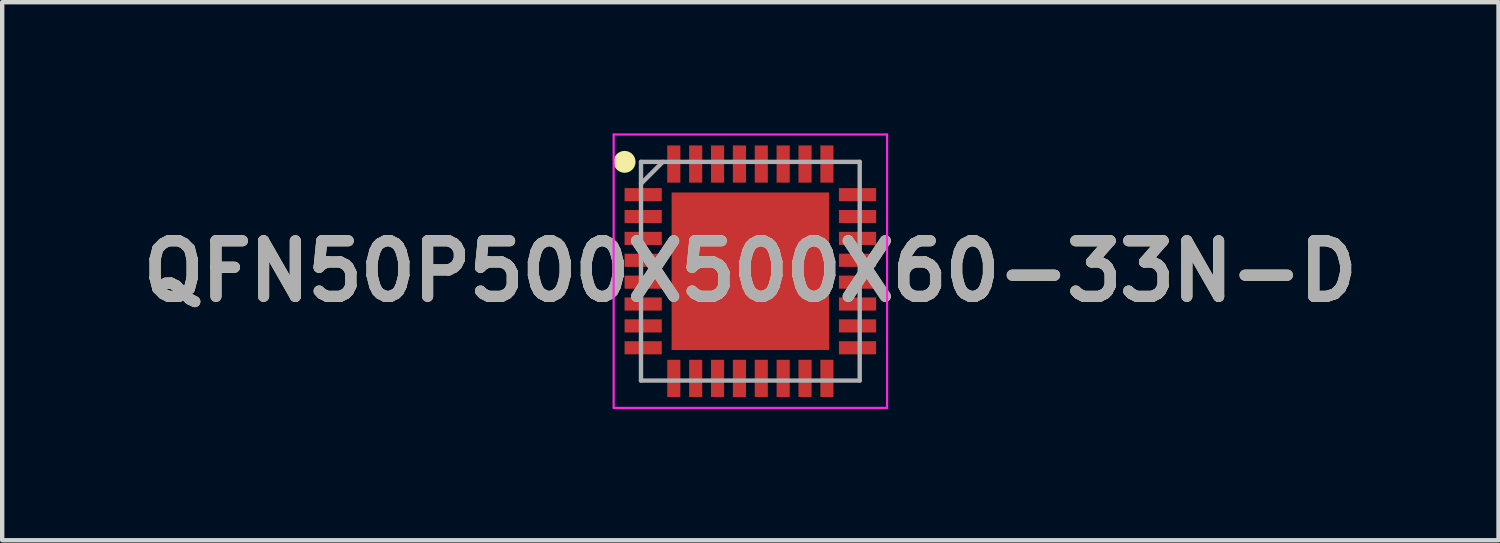
<source format=kicad_pcb>
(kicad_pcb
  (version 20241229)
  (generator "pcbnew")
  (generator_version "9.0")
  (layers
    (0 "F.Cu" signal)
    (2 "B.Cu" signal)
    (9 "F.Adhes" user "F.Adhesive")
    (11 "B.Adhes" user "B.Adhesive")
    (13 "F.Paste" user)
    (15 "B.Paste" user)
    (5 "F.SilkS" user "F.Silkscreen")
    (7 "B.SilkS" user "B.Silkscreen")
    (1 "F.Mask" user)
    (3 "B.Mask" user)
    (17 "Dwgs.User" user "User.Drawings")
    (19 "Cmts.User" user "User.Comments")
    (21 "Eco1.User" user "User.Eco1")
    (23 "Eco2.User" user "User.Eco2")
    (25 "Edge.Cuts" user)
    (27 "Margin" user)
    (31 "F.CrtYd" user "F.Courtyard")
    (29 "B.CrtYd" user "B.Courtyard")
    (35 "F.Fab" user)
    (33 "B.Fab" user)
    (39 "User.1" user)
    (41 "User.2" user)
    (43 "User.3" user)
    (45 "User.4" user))
  (footprint "QFN50P500X500X60-33N-D"
    (layer "F.Cu")
    (at 14.103 3.15)
    (property "Reference" "QFN50P500X500X60-33N-D" (at 0 0 0) (layer "F.SilkS") (effects (font (size 1.27 1.27) (thickness 0.254))))
    (attr smd)
    (fp_circle (center -2.875 -2.5) (end -2.875 -2.375) (stroke (width 0.25) (type solid)) (fill no) (layer "F.SilkS"))
    (fp_line (start -3.125 -3.125) (end 3.125 -3.125) (stroke (width 0.05) (type solid)) (layer "F.CrtYd"))
    (fp_line (start -3.125 3.125) (end -3.125 -3.125) (stroke (width 0.05) (type solid)) (layer "F.CrtYd"))
    (fp_line (start 3.125 -3.125) (end 3.125 3.125) (stroke (width 0.05) (type solid)) (layer "F.CrtYd"))
    (fp_line (start 3.125 3.125) (end -3.125 3.125) (stroke (width 0.05) (type solid)) (layer "F.CrtYd"))
    (fp_line (start -2.5 -2.5) (end 2.5 -2.5) (stroke (width 0.1) (type solid)) (layer "F.Fab"))
    (fp_line (start -2.5 -2) (end -2 -2.5) (stroke (width 0.1) (type solid)) (layer "F.Fab"))
    (fp_line (start -2.5 2.5) (end -2.5 -2.5) (stroke (width 0.1) (type solid)) (layer "F.Fab"))
    (fp_line (start 2.5 -2.5) (end 2.5 2.5) (stroke (width 0.1) (type solid)) (layer "F.Fab"))
    (fp_line (start 2.5 2.5) (end -2.5 2.5) (stroke (width 0.1) (type solid)) (layer "F.Fab"))
    (fp_text user "${REFERENCE}" (at 0 0 0) (layer "F.Fab") (effects (font (size 1.27 1.27) (thickness 0.254))))
    (pad "1" smd rect (at -2.45 -1.75 90) (size 0.3 0.85) (layers "F.Cu" "F.Mask" "F.Paste"))
    (pad "2" smd rect (at -2.45 -1.25 90) (size 0.3 0.85) (layers "F.Cu" "F.Mask" "F.Paste"))
    (pad "3" smd rect (at -2.45 -0.75 90) (size 0.3 0.85) (layers "F.Cu" "F.Mask" "F.Paste"))
    (pad "4" smd rect (at -2.45 -0.25 90) (size 0.3 0.85) (layers "F.Cu" "F.Mask" "F.Paste"))
    (pad "5" smd rect (at -2.45 0.25 90) (size 0.3 0.85) (layers "F.Cu" "F.Mask" "F.Paste"))
    (pad "6" smd rect (at -2.45 0.75 90) (size 0.3 0.85) (layers "F.Cu" "F.Mask" "F.Paste"))
    (pad "7" smd rect (at -2.45 1.25 90) (size 0.3 0.85) (layers "F.Cu" "F.Mask" "F.Paste"))
    (pad "8" smd rect (at -2.45 1.75 90) (size 0.3 0.85) (layers "F.Cu" "F.Mask" "F.Paste"))
    (pad "9" smd rect (at -1.75 2.45) (size 0.3 0.85) (layers "F.Cu" "F.Mask" "F.Paste"))
    (pad "10" smd rect (at -1.25 2.45) (size 0.3 0.85) (layers "F.Cu" "F.Mask" "F.Paste"))
    (pad "11" smd rect (at -0.75 2.45) (size 0.3 0.85) (layers "F.Cu" "F.Mask" "F.Paste"))
    (pad "12" smd rect (at -0.25 2.45) (size 0.3 0.85) (layers "F.Cu" "F.Mask" "F.Paste"))
    (pad "13" smd rect (at 0.25 2.45) (size 0.3 0.85) (layers "F.Cu" "F.Mask" "F.Paste"))
    (pad "14" smd rect (at 0.75 2.45) (size 0.3 0.85) (layers "F.Cu" "F.Mask" "F.Paste"))
    (pad "15" smd rect (at 1.25 2.45) (size 0.3 0.85) (layers "F.Cu" "F.Mask" "F.Paste"))
    (pad "16" smd rect (at 1.75 2.45) (size 0.3 0.85) (layers "F.Cu" "F.Mask" "F.Paste"))
    (pad "17" smd rect (at 2.45 1.75 90) (size 0.3 0.85) (layers "F.Cu" "F.Mask" "F.Paste"))
    (pad "18" smd rect (at 2.45 1.25 90) (size 0.3 0.85) (layers "F.Cu" "F.Mask" "F.Paste"))
    (pad "19" smd rect (at 2.45 0.75 90) (size 0.3 0.85) (layers "F.Cu" "F.Mask" "F.Paste"))
    (pad "20" smd rect (at 2.45 0.25 90) (size 0.3 0.85) (layers "F.Cu" "F.Mask" "F.Paste"))
    (pad "21" smd rect (at 2.45 -0.25 90) (size 0.3 0.85) (layers "F.Cu" "F.Mask" "F.Paste"))
    (pad "22" smd rect (at 2.45 -0.75 90) (size 0.3 0.85) (layers "F.Cu" "F.Mask" "F.Paste"))
    (pad "23" smd rect (at 2.45 -1.25 90) (size 0.3 0.85) (layers "F.Cu" "F.Mask" "F.Paste"))
    (pad "24" smd rect (at 2.45 -1.75 90) (size 0.3 0.85) (layers "F.Cu" "F.Mask" "F.Paste"))
    (pad "25" smd rect (at 1.75 -2.45) (size 0.3 0.85) (layers "F.Cu" "F.Mask" "F.Paste"))
    (pad "26" smd rect (at 1.25 -2.45) (size 0.3 0.85) (layers "F.Cu" "F.Mask" "F.Paste"))
    (pad "27" smd rect (at 0.75 -2.45) (size 0.3 0.85) (layers "F.Cu" "F.Mask" "F.Paste"))
    (pad "28" smd rect (at 0.25 -2.45) (size 0.3 0.85) (layers "F.Cu" "F.Mask" "F.Paste"))
    (pad "29" smd rect (at -0.25 -2.45) (size 0.3 0.85) (layers "F.Cu" "F.Mask" "F.Paste"))
    (pad "30" smd rect (at -0.75 -2.45) (size 0.3 0.85) (layers "F.Cu" "F.Mask" "F.Paste"))
    (pad "31" smd rect (at -1.25 -2.45) (size 0.3 0.85) (layers "F.Cu" "F.Mask" "F.Paste"))
    (pad "32" smd rect (at -1.75 -2.45) (size 0.3 0.85) (layers "F.Cu" "F.Mask" "F.Paste"))
    (pad "33" smd rect (at 0 0) (size 3.6 3.6) (layers "F.Cu" "F.Mask" "F.Paste")))
  (gr_rect
    (start -3 -3)
    (end 31.206 9.3)
    (stroke (width 0.1) (type default))
    (fill no)
    (layer "Edge.Cuts")))
</source>
